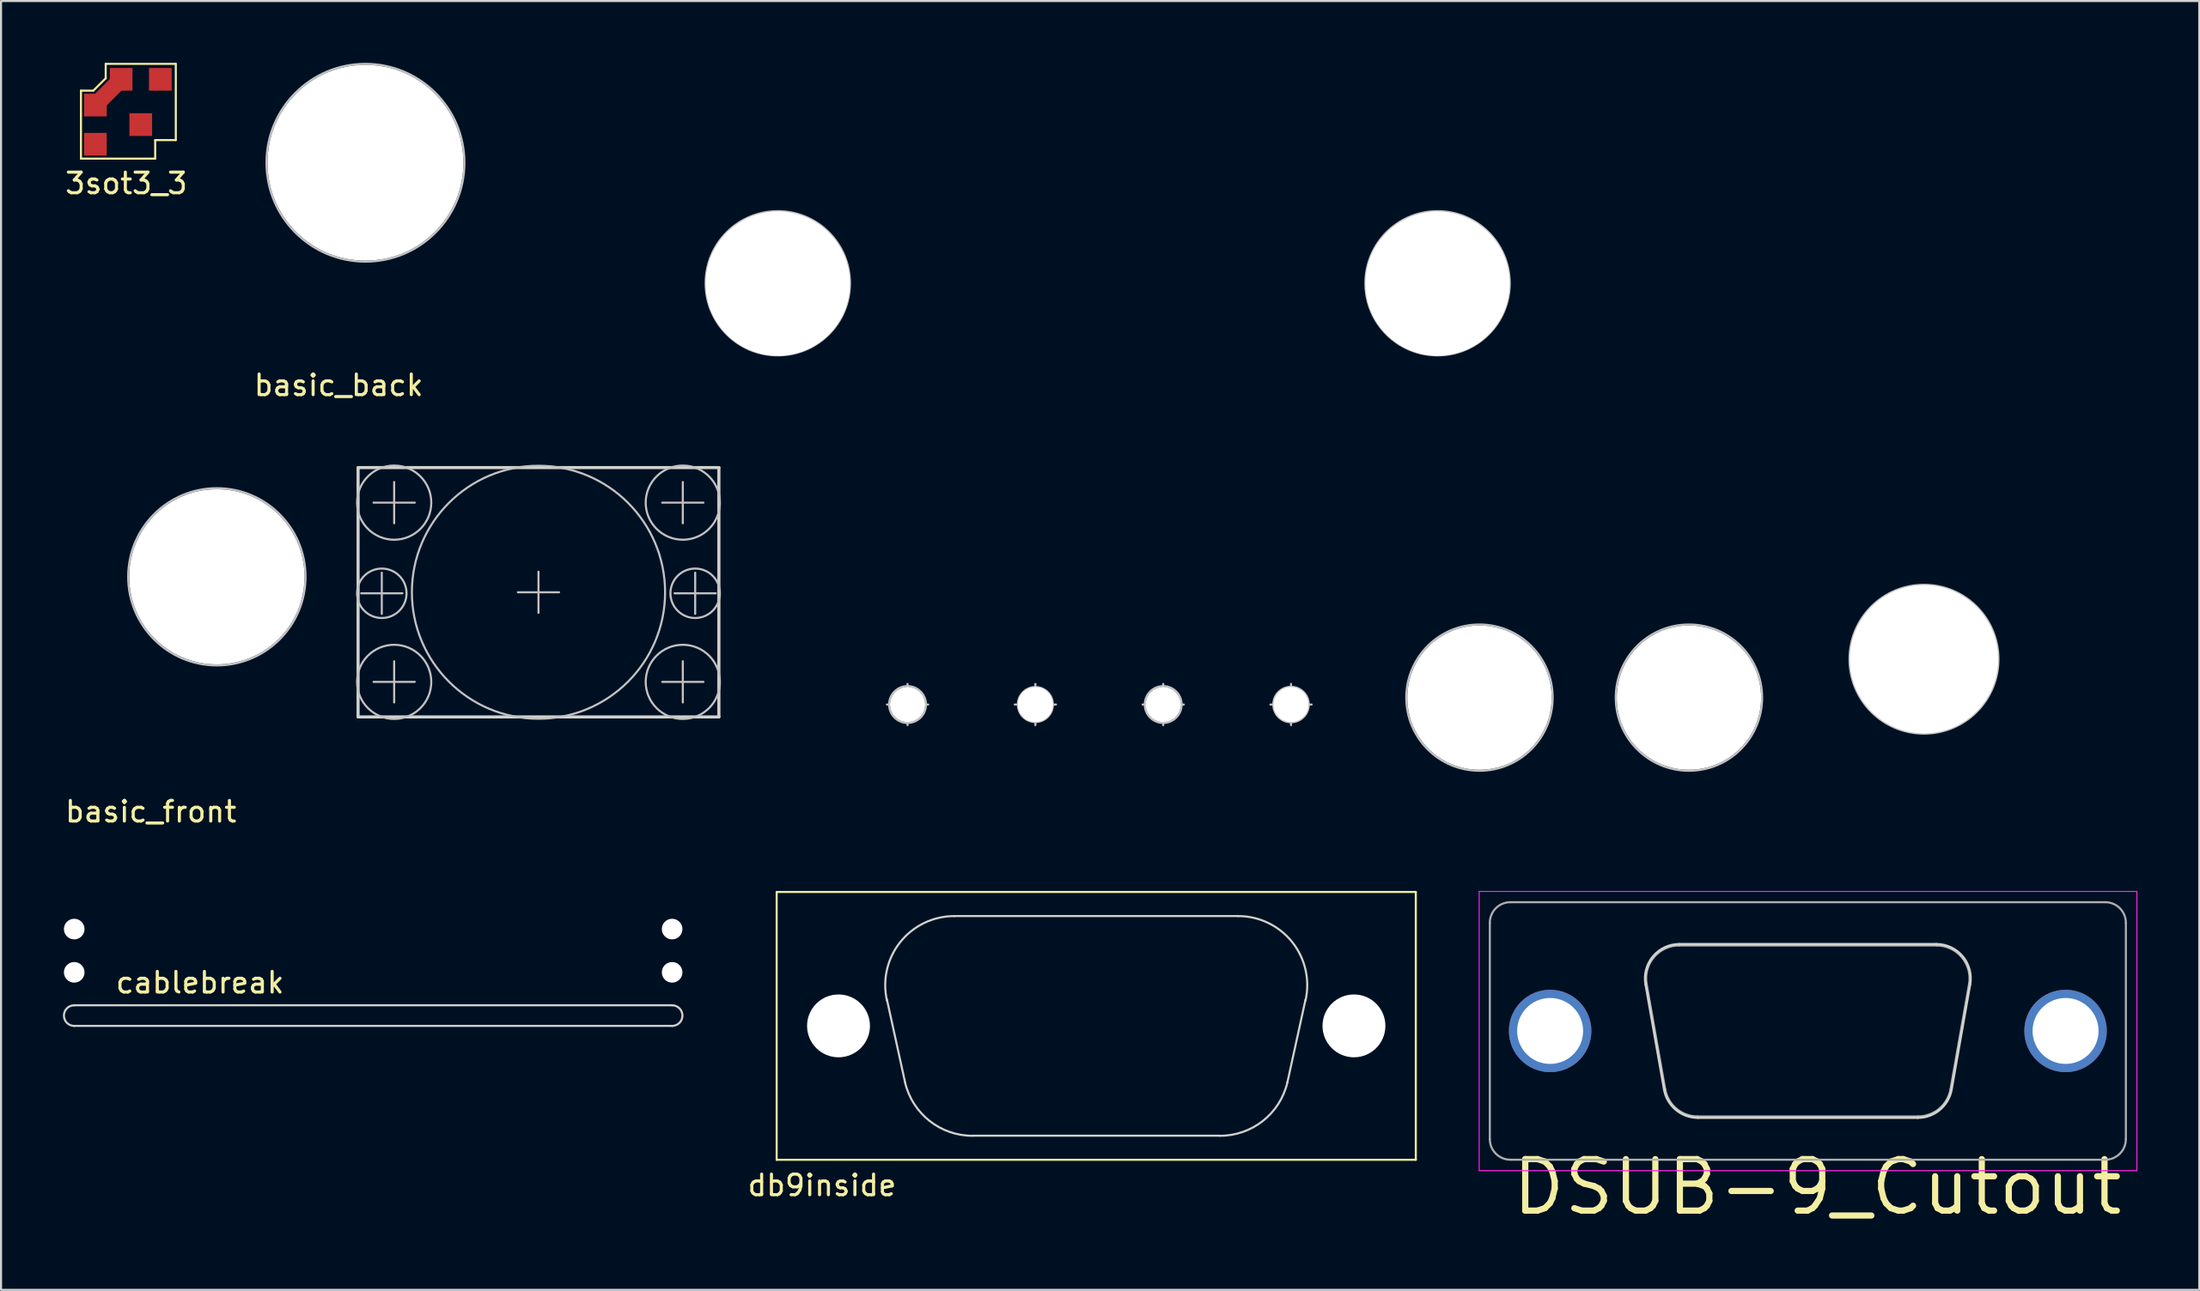
<source format=kicad_pcb>
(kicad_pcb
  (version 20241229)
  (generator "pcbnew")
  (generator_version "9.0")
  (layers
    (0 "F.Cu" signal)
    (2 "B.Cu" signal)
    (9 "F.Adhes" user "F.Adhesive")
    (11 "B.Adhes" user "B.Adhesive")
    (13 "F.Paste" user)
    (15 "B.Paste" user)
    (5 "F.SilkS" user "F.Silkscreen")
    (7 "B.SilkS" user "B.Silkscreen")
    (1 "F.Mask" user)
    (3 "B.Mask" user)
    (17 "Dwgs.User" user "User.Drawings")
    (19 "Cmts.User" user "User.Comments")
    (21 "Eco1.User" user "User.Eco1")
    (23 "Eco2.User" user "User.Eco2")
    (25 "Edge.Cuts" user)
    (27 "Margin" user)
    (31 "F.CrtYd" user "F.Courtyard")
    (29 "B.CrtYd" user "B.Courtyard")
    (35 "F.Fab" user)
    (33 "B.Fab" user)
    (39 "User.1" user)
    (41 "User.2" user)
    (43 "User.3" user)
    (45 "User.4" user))
  (footprint "basic_back"
    (layer "F.Cu")
    (at 14.675 11.35)
    (property "Reference" "basic_back" (at -1.3 4.3 0) (layer "F.SilkS") (effects (font (size 1 1) (thickness 0.15))))
    (attr through_hole)
    (fp_line (start -1 -6.5) (end 1 -6.5) (stroke (width 0.1) (type solid)) (layer "Dwgs.User"))
    (fp_line (start 0 -5.5) (end 0 -7.5) (stroke (width 0.1) (type solid)) (layer "Dwgs.User"))
    (fp_line (start 19 -0.65) (end 21 -0.65) (stroke (width 0.1) (type solid)) (layer "Dwgs.User"))
    (fp_line (start 20 -1.65) (end 20 0.35) (stroke (width 0.1) (type solid)) (layer "Dwgs.User"))
    (fp_line (start 51 -0.65) (end 53 -0.65) (stroke (width 0.1) (type solid)) (layer "Dwgs.User"))
    (fp_line (start 52 -1.65) (end 52 0.35) (stroke (width 0.1) (type solid)) (layer "Dwgs.User"))
    (fp_circle (center 0 -6.5) (end 4.8 -6.5) (stroke (width 0.1) (type solid)) (fill no) (layer "Dwgs.User"))
    (fp_circle (center 20 -0.65) (end 23.5 -0.65) (stroke (width 0.1) (type solid)) (fill no) (layer "Dwgs.User"))
    (fp_circle (center 52 -0.65) (end 55.5 -0.65) (stroke (width 0.1) (type solid)) (fill no) (layer "Dwgs.User"))
    (pad "" np_thru_hole circle (at 0 -6.5) (size 9.5 9.5) (drill 9.5) (layers "*.Cu" "*.Mask"))
    (pad "" np_thru_hole circle (at 20 -0.635) (size 7 7) (drill 7) (layers "*.Cu" "*.Mask"))
    (pad "" np_thru_hole circle (at 52 -0.635) (size 7 7) (drill 7) (layers "*.Cu" "*.Mask")))
  (footprint "3sot3_3"
    (layer "F.Cu")
    (at 1.577 3.95)
    (property "Reference" "3sot3_3" (at 1.5 1.9 0) (layer "F.SilkS") (effects (font (size 1 1) (thickness 0.15))))
    (attr through_hole)
    (fp_line (start -0.7 -2.6) (end -0.1 -2.6) (stroke (width 0.1) (type solid)) (layer "F.SilkS"))
    (fp_line (start -0.7 0.7) (end -0.7 -2.6) (stroke (width 0.1) (type solid)) (layer "F.SilkS"))
    (fp_line (start -0.1 -2.6) (end 0.5 -3.2) (stroke (width 0.1) (type solid)) (layer "F.SilkS"))
    (fp_line (start 0.5 -3.9) (end 3.9 -3.9) (stroke (width 0.1) (type solid)) (layer "F.SilkS"))
    (fp_line (start 0.5 -3.2) (end 0.5 -3.9) (stroke (width 0.1) (type solid)) (layer "F.SilkS"))
    (fp_line (start 2.9 -0.2) (end 2.9 0.7) (stroke (width 0.1) (type solid)) (layer "F.SilkS"))
    (fp_line (start 2.9 0.7) (end -0.7 0.7) (stroke (width 0.1) (type solid)) (layer "F.SilkS"))
    (fp_line (start 3.9 -3.9) (end 3.9 -0.2) (stroke (width 0.1) (type solid)) (layer "F.SilkS"))
    (fp_line (start 3.9 -0.2) (end 2.9 -0.2) (stroke (width 0.1) (type solid)) (layer "F.SilkS"))
    (pad "1" smd rect (at 0 -1.9) (size 1.1 1.1) (layers "F.Cu" "F.Mask" "F.Paste"))
    (pad "1" smd rect (at 0.6 -2.5 45) (size 2 0.8) (layers "F.Cu" "F.Mask" "F.Paste"))
    (pad "1" smd rect (at 1.25 -3.15) (size 1.1 1.1) (layers "F.Cu" "F.Mask" "F.Paste"))
    (pad "2" smd rect (at 0 0) (size 1.1 1.1) (layers "F.Cu" "F.Mask" "F.Paste"))
    (pad "3" smd rect (at 2.2 -0.95) (size 1.1 1.1) (layers "F.Cu" "F.Mask" "F.Paste"))
    (pad "4" smd rect (at 3.15 -3.15) (size 1.1 1.1) (layers "F.Cu" "F.Mask" "F.Paste")))
  (footprint "DSUB-9_Cutout"
    (layer "F.Cu")
    (at 79.095 45.572)
    (property "Reference" "DSUB-9_Cutout" (at 6 9 0) (unlocked yes) (layer "F.SilkS") (effects (font (size 2.5 2.5) (thickness 0.3))))
    (attr through_hole)
    (fp_line (start -2.326 -0.842) (end -1.427 4.258) (stroke (width 0.12) (type solid)) (layer "Edge.Cuts"))
    (fp_line (start -0.692 -2.79) (end 11.772 -2.79) (stroke (width 0.12) (type solid)) (layer "Edge.Cuts"))
    (fp_line (start 0.208 5.63) (end 10.872 5.63) (stroke (width 0.12) (type solid)) (layer "Edge.Cuts"))
    (fp_line (start 13.406 -0.842) (end 12.507 4.258) (stroke (width 0.12) (type solid)) (layer "Edge.Cuts"))
    (fp_arc (start -2.32647 -0.841744) (mid -1.963323 -2.197028) (end -0.691689 -2.79) (stroke (width 0.12) (type solid)) (layer "Edge.Cuts"))
    (fp_arc (start 0.207579 5.63) (mid -0.859448 5.241634) (end -1.427202 4.258256) (stroke (width 0.12) (type solid)) (layer "Edge.Cuts"))
    (fp_arc (start 11.771689 -2.79) (mid 13.043323 -2.197027) (end 13.40647 -0.841744) (stroke (width 0.12) (type solid)) (layer "Edge.Cuts"))
    (fp_arc (start 12.507202 4.258256) (mid 11.939449 5.241634) (end 10.872421 5.63) (stroke (width 0.12) (type solid)) (layer "Edge.Cuts"))
    (fp_line (start -10.4 -5.35) (end -10.4 8.2) (stroke (width 0.05) (type solid)) (layer "F.CrtYd"))
    (fp_line (start -10.4 8.2) (end 21.5 8.2) (stroke (width 0.05) (type solid)) (layer "F.CrtYd"))
    (fp_line (start 21.5 -5.35) (end -10.4 -5.35) (stroke (width 0.05) (type solid)) (layer "F.CrtYd"))
    (fp_line (start 21.5 8.2) (end 21.5 -5.35) (stroke (width 0.05) (type solid)) (layer "F.CrtYd"))
    (fp_line (start -9.885 6.67) (end -9.885 -3.83) (stroke (width 0.1) (type solid)) (layer "F.Fab"))
    (fp_line (start -8.885 -4.83) (end 19.965 -4.83) (stroke (width 0.1) (type solid)) (layer "F.Fab"))
    (fp_line (start -2.279 -0.852) (end -1.38 4.248) (stroke (width 0.1) (type solid)) (layer "F.Fab"))
    (fp_line (start -0.703 -2.73) (end 11.783 -2.73) (stroke (width 0.1) (type solid)) (layer "F.Fab"))
    (fp_line (start 0.196 5.57) (end 10.884 5.57) (stroke (width 0.1) (type solid)) (layer "F.Fab"))
    (fp_line (start 13.359 -0.852) (end 12.46 4.248) (stroke (width 0.1) (type solid)) (layer "F.Fab"))
    (fp_line (start 19.965 7.67) (end -8.885 7.67) (stroke (width 0.1) (type solid)) (layer "F.Fab"))
    (fp_line (start 20.965 -3.83) (end 20.965 6.67) (stroke (width 0.1) (type solid)) (layer "F.Fab"))
    (fp_arc (start -9.885 -3.83) (mid -9.592107 -4.537107) (end -8.885 -4.83) (stroke (width 0.1) (type solid)) (layer "F.Fab"))
    (fp_arc (start -8.885 7.67) (mid -9.592107 7.377107) (end -9.885 6.67) (stroke (width 0.1) (type solid)) (layer "F.Fab"))
    (fp_arc (start -2.278886 -0.852163) (mid -1.928865 -2.15846) (end -0.703194 -2.73) (stroke (width 0.1) (type solid)) (layer "F.Fab"))
    (fp_arc (start 0.196073 5.57) (mid -0.832387 5.195671) (end -1.379619 4.247837) (stroke (width 0.1) (type solid)) (layer "F.Fab"))
    (fp_arc (start 11.783194 -2.73) (mid 13.008865 -2.15846) (end 13.358886 -0.852163) (stroke (width 0.1) (type solid)) (layer "F.Fab"))
    (fp_arc (start 12.459619 4.247837) (mid 11.912387 5.195671) (end 10.883927 5.57) (stroke (width 0.1) (type solid)) (layer "F.Fab"))
    (fp_arc (start 19.965 -4.83) (mid 20.672107 -4.537107) (end 20.965 -3.83) (stroke (width 0.1) (type solid)) (layer "F.Fab"))
    (fp_arc (start 20.965 6.67) (mid 20.672107 7.377107) (end 19.965 7.67) (stroke (width 0.1) (type solid)) (layer "F.Fab"))
    (pad "0" thru_hole circle (at -6.96 1.42) (size 4 4) (drill 3.2) (layers "*.Cu" "*.Mask"))
    (pad "0" thru_hole circle (at 18.04 1.42) (size 4 4) (drill 3.2) (layers "*.Cu" "*.Mask")))
  (footprint "db9inside"
    (layer "F.Cu")
    (at 50.12 46.746)
    (property "Reference" "db9inside" (at -13.3 7.74 0) (layer "F.SilkS") (effects (font (size 1 1) (thickness 0.15))))
    (attr through_hole)
    (fp_line (start -15.5 -6.5) (end 15.5 -6.5) (stroke (width 0.1) (type solid)) (layer "F.SilkS"))
    (fp_line (start -15.5 6.5) (end -15.5 -6.5) (stroke (width 0.1) (type solid)) (layer "F.SilkS"))
    (fp_line (start 15.5 -6.5) (end 15.5 6.5) (stroke (width 0.1) (type solid)) (layer "F.SilkS"))
    (fp_line (start 15.5 6.5) (end -15.5 6.5) (stroke (width 0.1) (type solid)) (layer "F.SilkS"))
    (fp_line (start -10.15 -1.27) (end -9.27 2.75) (stroke (width 0.1) (type solid)) (layer "Edge.Cuts"))
    (fp_line (start -6.885 -5.33) (end 6.885 -5.33) (stroke (width 0.1) (type solid)) (layer "Edge.Cuts"))
    (fp_line (start -6.005 5.33) (end 6.005 5.33) (stroke (width 0.1) (type solid)) (layer "Edge.Cuts"))
    (fp_line (start 10.15 -1.27) (end 9.27 2.75) (stroke (width 0.1) (type solid)) (layer "Edge.Cuts"))
    (fp_arc (start -10.14914 -1.226414) (mid -9.506738 -4.065424) (end -6.885 -5.33) (stroke (width 0.1) (type solid)) (layer "Edge.Cuts"))
    (fp_arc (start -5.9892 5.334531) (mid -8.08088 4.615119) (end -9.27 2.75) (stroke (width 0.1) (type solid)) (layer "Edge.Cuts"))
    (fp_arc (start 6.885 -5.33) (mid 9.506737 -4.065424) (end 10.14914 -1.226414) (stroke (width 0.1) (type solid)) (layer "Edge.Cuts"))
    (fp_arc (start 9.27 2.75) (mid 8.080879 4.615119) (end 5.9892 5.334531) (stroke (width 0.1) (type solid)) (layer "Edge.Cuts"))
    (pad "" np_thru_hole circle (at -12.5 0) (size 3.05 3.05) (drill 3.05) (layers "*.Cu" "*.Mask"))
    (pad "" np_thru_hole circle (at 12.5 0) (size 3.05 3.05) (drill 3.05) (layers "*.Cu" "*.Mask")))
  (footprint "cablebreak"
    (layer "F.Cu")
    (at 15.05 40.447)
    (property "Reference" "cablebreak" (at -8.4 4.2 0) (layer "F.SilkS") (effects (font (size 1 1) (thickness 0.15))))
    (attr through_hole)
    (fp_line (start -14.5 6.3) (end 14.5 6.3) (stroke (width 0.1) (type solid)) (layer "Edge.Cuts"))
    (fp_line (start 14.5 5.3) (end -14.5 5.3) (stroke (width 0.1) (type solid)) (layer "Edge.Cuts"))
    (fp_arc (start -14.5 6.3) (mid -15 5.8) (end -14.5 5.3) (stroke (width 0.1) (type solid)) (layer "Edge.Cuts"))
    (fp_arc (start 14.5 5.3) (mid 15 5.8) (end 14.5 6.3) (stroke (width 0.1) (type solid)) (layer "Edge.Cuts"))
    (pad "" np_thru_hole circle (at -14.5 1.6) (size 1 1) (drill 1) (layers "*.Cu" "*.Mask"))
    (pad "" np_thru_hole circle (at -14.5 3.7) (size 1 1) (drill 1) (layers "*.Cu" "*.Mask"))
    (pad "" np_thru_hole circle (at 14.5 1.6) (size 1 1) (drill 1) (layers "*.Cu" "*.Mask"))
    (pad "" np_thru_hole circle (at 14.5 3.7) (size 1 1) (drill 1) (layers "*.Cu" "*.Mask")))
  (footprint "basic_front"
    (layer "F.Cu")
    (at 7.468 31.448)
    (property "Reference" "basic_front" (at -3.2 4.9 0) (layer "F.SilkS") (effects (font (size 1 1) (thickness 0.15))))
    (attr through_hole)
    (fp_line (start -1 -6.5) (end 1 -6.5) (stroke (width 0.1) (type solid)) (layer "Dwgs.User"))
    (fp_line (start 0 -7.5) (end 0 -5.5) (stroke (width 0.1) (type solid)) (layer "Dwgs.User"))
    (fp_line (start 7 -5.7) (end 9 -5.7) (stroke (width 0.1) (type solid)) (layer "Dwgs.User"))
    (fp_line (start 7.6 -10.1) (end 9.6 -10.1) (stroke (width 0.1) (type solid)) (layer "Dwgs.User"))
    (fp_line (start 7.6 -1.4) (end 9.6 -1.4) (stroke (width 0.1) (type solid)) (layer "Dwgs.User"))
    (fp_line (start 8 -6.7) (end 8 -4.7) (stroke (width 0.1) (type solid)) (layer "Dwgs.User"))
    (fp_line (start 8.6 -11.1) (end 8.6 -9.1) (stroke (width 0.1) (type solid)) (layer "Dwgs.User"))
    (fp_line (start 8.6 -0.4) (end 8.6 -2.4) (stroke (width 0.1) (type solid)) (layer "Dwgs.User"))
    (fp_line (start 14.6 -5.75) (end 16.6 -5.75) (stroke (width 0.1) (type solid)) (layer "Dwgs.User"))
    (fp_line (start 15.6 -6.75) (end 15.6 -4.75) (stroke (width 0.1) (type solid)) (layer "Dwgs.User"))
    (fp_line (start 21.6 -1.4) (end 23.6 -1.4) (stroke (width 0.1) (type solid)) (layer "Dwgs.User"))
    (fp_line (start 22.2 -5.7) (end 24.2 -5.7) (stroke (width 0.1) (type solid)) (layer "Dwgs.User"))
    (fp_line (start 22.6 -9.1) (end 22.6 -11.1) (stroke (width 0.1) (type solid)) (layer "Dwgs.User"))
    (fp_line (start 22.6 -2.4) (end 22.6 -0.4) (stroke (width 0.1) (type solid)) (layer "Dwgs.User"))
    (fp_line (start 23.2 -6.7) (end 23.2 -4.7) (stroke (width 0.1) (type solid)) (layer "Dwgs.User"))
    (fp_line (start 23.6 -10.1) (end 21.6 -10.1) (stroke (width 0.1) (type solid)) (layer "Dwgs.User"))
    (fp_line (start 32.5 -0.3) (end 34.5 -0.3) (stroke (width 0.1) (type solid)) (layer "Dwgs.User"))
    (fp_line (start 33.5 -1.3) (end 33.5 0.7) (stroke (width 0.1) (type solid)) (layer "Dwgs.User"))
    (fp_line (start 39.7 -1.3) (end 39.7 0.7) (stroke (width 0.1) (type solid)) (layer "Dwgs.User"))
    (fp_line (start 40.7 -0.3) (end 38.7 -0.3) (stroke (width 0.1) (type solid)) (layer "Dwgs.User"))
    (fp_line (start 45.9 -1.3) (end 45.9 0.7) (stroke (width 0.1) (type solid)) (layer "Dwgs.User"))
    (fp_line (start 46.9 -0.3) (end 44.9 -0.3) (stroke (width 0.1) (type solid)) (layer "Dwgs.User"))
    (fp_line (start 51.1 -0.3) (end 53.1 -0.3) (stroke (width 0.1) (type solid)) (layer "Dwgs.User"))
    (fp_line (start 52.1 -1.3) (end 52.1 0.7) (stroke (width 0.1) (type solid)) (layer "Dwgs.User"))
    (fp_line (start 60.24 -0.635) (end 62.24 -0.635) (stroke (width 0.1) (type solid)) (layer "Dwgs.User"))
    (fp_line (start 61.24 -1.635) (end 61.24 0.365) (stroke (width 0.1) (type solid)) (layer "Dwgs.User"))
    (fp_line (start 70.4 -0.635) (end 72.4 -0.635) (stroke (width 0.1) (type solid)) (layer "Dwgs.User"))
    (fp_line (start 71.4 -1.635) (end 71.4 0.365) (stroke (width 0.1) (type solid)) (layer "Dwgs.User"))
    (fp_line (start 81.8 -2.5) (end 83.8 -2.5) (stroke (width 0.1) (type solid)) (layer "Dwgs.User"))
    (fp_line (start 82.8 -3.5) (end 82.8 -1.5) (stroke (width 0.1) (type solid)) (layer "Dwgs.User"))
    (fp_circle (center 0 -6.5) (end 4.301 -6.5) (stroke (width 0.1) (type solid)) (fill no) (layer "Dwgs.User"))
    (fp_circle (center 8 -5.7) (end 9.2 -5.7) (stroke (width 0.1) (type solid)) (fill no) (layer "Dwgs.User"))
    (fp_circle (center 8.6 -10.1) (end 10.4 -10.1) (stroke (width 0.1) (type solid)) (fill no) (layer "Dwgs.User"))
    (fp_circle (center 8.6 -1.4) (end 10.4 -1.4) (stroke (width 0.1) (type solid)) (fill no) (layer "Dwgs.User"))
    (fp_circle (center 15.6 -5.75) (end 21.74 -5.75) (stroke (width 0.1) (type solid)) (fill no) (layer "Dwgs.User"))
    (fp_circle (center 22.6 -10.1) (end 24.4 -10.1) (stroke (width 0.1) (type solid)) (fill no) (layer "Dwgs.User"))
    (fp_circle (center 22.6 -1.4) (end 24.4 -1.4) (stroke (width 0.1) (type solid)) (fill no) (layer "Dwgs.User"))
    (fp_circle (center 23.2 -5.7) (end 24.4 -5.7) (stroke (width 0.1) (type solid)) (fill no) (layer "Dwgs.User"))
    (fp_circle (center 33.5 -0.3) (end 34.394 -0.3) (stroke (width 0.1) (type solid)) (fill no) (layer "Dwgs.User"))
    (fp_circle (center 39.7 -0.3) (end 40.549 -0.3) (stroke (width 0.1) (type solid)) (fill no) (layer "Dwgs.User"))
    (fp_circle (center 45.9 -0.3) (end 46.794 -0.3) (stroke (width 0.1) (type solid)) (fill no) (layer "Dwgs.User"))
    (fp_circle (center 52.1 -0.3) (end 52.96 -0.3) (stroke (width 0.1) (type solid)) (fill no) (layer "Dwgs.User"))
    (fp_circle (center 61.24 -0.635) (end 64.79 -0.635) (stroke (width 0.1) (type solid)) (fill no) (layer "Dwgs.User"))
    (fp_circle (center 71.4 -0.635) (end 74.95 -0.635) (stroke (width 0.1) (type solid)) (fill no) (layer "Dwgs.User"))
    (fp_circle (center 82.8 -2.5) (end 86.412 -2.5) (stroke (width 0.1) (type solid)) (fill no) (layer "Dwgs.User"))
    (fp_line (start 6.85 -11.8) (end 6.85 0.3) (stroke (width 0.15) (type solid)) (layer "Edge.Cuts"))
    (fp_line (start 6.85 -11.8) (end 24.35 -11.8) (stroke (width 0.15) (type solid)) (layer "Edge.Cuts"))
    (fp_line (start 6.85 0.3) (end 24.35 0.3) (stroke (width 0.15) (type solid)) (layer "Edge.Cuts"))
    (fp_line (start 24.35 -11.8) (end 24.35 0.3) (stroke (width 0.15) (type solid)) (layer "Edge.Cuts"))
    (pad "" np_thru_hole circle (at 0 -6.5) (size 8.5 8.5) (drill 8.5) (layers "*.Cu" "*.Mask"))
    (pad "" np_thru_hole circle (at 33.5 -0.3) (size 1.7 1.7) (drill 1.7) (layers "*.Cu" "*.Mask"))
    (pad "" np_thru_hole circle (at 39.7 -0.3) (size 1.7 1.7) (drill 1.7) (layers "*.Cu" "*.Mask"))
    (pad "" np_thru_hole circle (at 45.9 -0.3) (size 1.7 1.7) (drill 1.7) (layers "*.Cu" "*.Mask"))
    (pad "" np_thru_hole circle (at 52.1 -0.3) (size 1.7 1.7) (drill 1.7) (layers "*.Cu" "*.Mask"))
    (pad "" np_thru_hole circle (at 61.24 -0.635) (size 7 7) (drill 7) (layers "*.Cu" "*.Mask"))
    (pad "" np_thru_hole circle (at 71.4 -0.635) (size 7 7) (drill 7) (layers "*.Cu" "*.Mask"))
    (pad "" np_thru_hole circle (at 82.8 -2.5) (size 7.2 7.2) (drill 7.2) (layers "*.Cu" "*.Mask")))
  (gr_rect
    (start -3 -3)
    (end 103.62 59.56)
    (stroke (width 0.1) (type default))
    (fill no)
    (layer "Edge.Cuts")))
</source>
